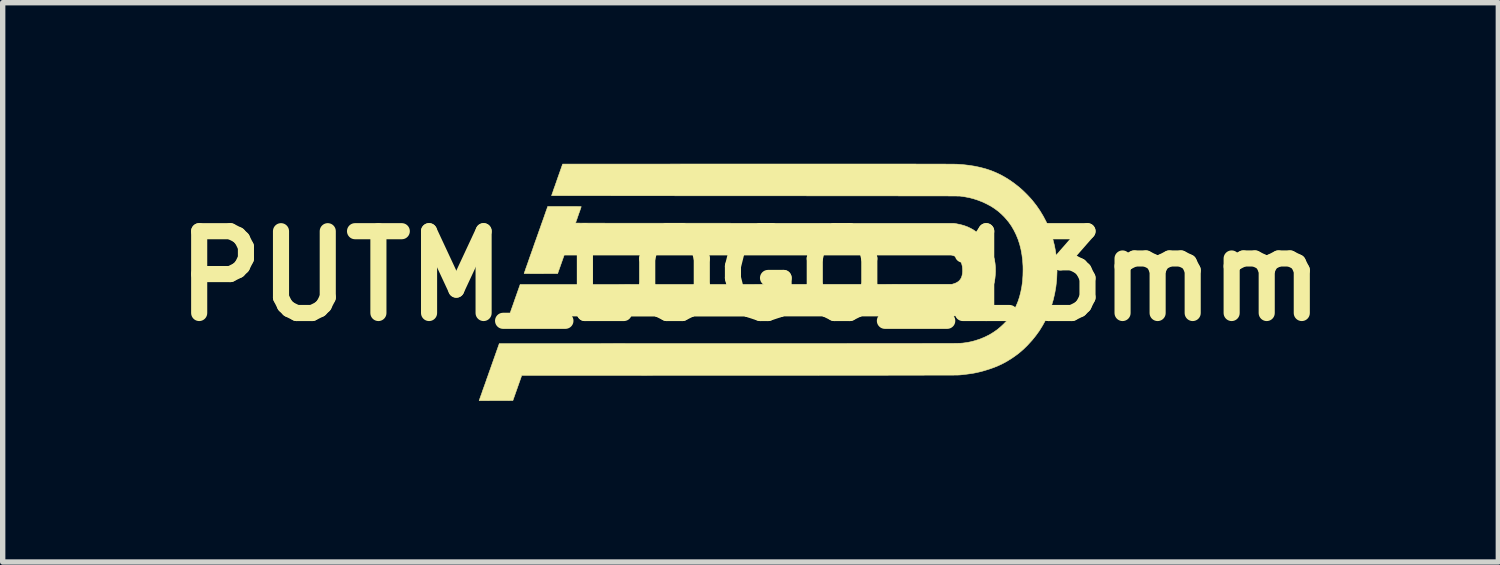
<source format=kicad_pcb>
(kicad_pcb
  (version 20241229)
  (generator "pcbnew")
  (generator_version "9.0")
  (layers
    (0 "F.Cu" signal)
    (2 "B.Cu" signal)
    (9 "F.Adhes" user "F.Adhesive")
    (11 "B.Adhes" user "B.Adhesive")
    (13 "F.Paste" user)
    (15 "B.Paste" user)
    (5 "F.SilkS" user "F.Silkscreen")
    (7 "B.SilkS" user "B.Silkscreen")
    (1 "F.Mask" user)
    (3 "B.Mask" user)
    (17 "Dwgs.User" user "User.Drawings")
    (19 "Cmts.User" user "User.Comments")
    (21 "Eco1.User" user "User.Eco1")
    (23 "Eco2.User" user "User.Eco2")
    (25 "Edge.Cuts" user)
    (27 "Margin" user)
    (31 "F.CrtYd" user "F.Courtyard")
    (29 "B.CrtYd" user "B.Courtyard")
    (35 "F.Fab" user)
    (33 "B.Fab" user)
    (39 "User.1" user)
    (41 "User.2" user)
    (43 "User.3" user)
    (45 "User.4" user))
  (footprint "PUTM_LOGO_13mm"
    (layer "F.Cu")
    (at 10.929 2.091)
    (property "Reference" "PUTM_LOGO_13mm" (at 0 0 0) (layer "F.SilkS") (effects (font (size 1.524 1.524) (thickness 0.3))))
    (attr through_hole)
    (fp_poly (pts (xy -3.406 -1.295) (xy -3.354 -1.295) (xy -3.309 -1.295) (xy -3.27 -1.295) (xy -3.237 -1.295) (xy -3.21 -1.294) (xy -3.189 -1.294) (xy -3.173 -1.293) (xy -3.162 -1.293) (xy -3.155 -1.292) (xy -3.153 -1.291) (xy -3.154 -1.287) (xy -3.158 -1.277) (xy -3.163 -1.261) (xy -3.17 -1.241) (xy -3.178 -1.216) (xy -3.188 -1.189) (xy -3.199 -1.159) (xy -3.206 -1.138) (xy -3.217 -1.107) (xy -3.227 -1.077) (xy -3.236 -1.051) (xy -3.244 -1.028) (xy -3.251 -1.01) (xy -3.255 -0.996) (xy -3.258 -0.988) (xy -3.258 -0.986) (xy -3.255 -0.986) (xy -3.244 -0.986) (xy -3.227 -0.986) (xy -3.202 -0.986) (xy -3.171 -0.985) (xy -3.133 -0.985) (xy -3.09 -0.985) (xy -3.04 -0.985) (xy -2.983 -0.985) (xy -2.922 -0.985) (xy -2.854 -0.985) (xy -2.781 -0.985) (xy -2.702 -0.984) (xy -2.619 -0.984) (xy -2.53 -0.984) (xy -2.436 -0.984) (xy -2.337 -0.984) (xy -2.234 -0.984) (xy -2.127 -0.984) (xy -2.015 -0.984) (xy -1.899 -0.984) (xy -1.779 -0.983) (xy -1.655 -0.983) (xy -1.528 -0.983) (xy -1.397 -0.983) (xy -1.262 -0.983) (xy -1.125 -0.983) (xy -0.984 -0.983) (xy -0.84 -0.983) (xy -0.694 -0.983) (xy -0.545 -0.983) (xy -0.394 -0.983) (xy -0.241 -0.982) (xy -0.085 -0.982) (xy 0.073 -0.982) (xy 0.232 -0.982) (xy 0.266 -0.982) (xy 3.79 -0.981) (xy 3.836 -0.973) (xy 3.91 -0.958) (xy 3.979 -0.939) (xy 4.044 -0.915) (xy 4.105 -0.886) (xy 4.164 -0.851) (xy 4.22 -0.81) (xy 4.267 -0.771) (xy 4.322 -0.718) (xy 4.373 -0.659) (xy 4.418 -0.597) (xy 4.458 -0.53) (xy 4.492 -0.461) (xy 4.52 -0.39) (xy 4.541 -0.318) (xy 4.555 -0.243) (xy 4.563 -0.165) (xy 4.564 -0.086) (xy 4.561 -0.03) (xy 4.554 0.044) (xy 4.542 0.113) (xy 4.526 0.177) (xy 4.506 0.237) (xy 4.482 0.295) (xy 4.481 0.297) (xy 4.458 0.342) (xy 4.435 0.381) (xy 4.411 0.417) (xy 4.384 0.451) (xy 4.353 0.485) (xy 4.349 0.489) (xy 4.301 0.535) (xy 4.25 0.575) (xy 4.196 0.611) (xy 4.135 0.644) (xy 4.135 0.644) (xy 4.089 0.666) (xy 4.043 0.684) (xy 3.995 0.7) (xy 3.944 0.714) (xy 3.889 0.727) (xy 3.832 0.738) (xy 3.786 0.746) (xy -0.355 0.747) (xy -0.528 0.747) (xy -0.699 0.747) (xy -0.869 0.747) (xy -1.037 0.747) (xy -1.202 0.747) (xy -1.365 0.747) (xy -1.526 0.747) (xy -1.683 0.747) (xy -1.839 0.747) (xy -1.991 0.747) (xy -2.14 0.747) (xy -2.286 0.747) (xy -2.429 0.747) (xy -2.568 0.747) (xy -2.704 0.747) (xy -2.835 0.747) (xy -2.963 0.747) (xy -3.087 0.746) (xy -3.207 0.746) (xy -3.322 0.746) (xy -3.433 0.746) (xy -3.539 0.746) (xy -3.64 0.746) (xy -3.737 0.746) (xy -3.828 0.746) (xy -3.914 0.746) (xy -3.995 0.746) (xy -4.071 0.746) (xy -4.14 0.746) (xy -4.204 0.746) (xy -4.262 0.746) (xy -4.314 0.746) (xy -4.36 0.745) (xy -4.399 0.745) (xy -4.432 0.745) (xy -4.458 0.745) (xy -4.478 0.745) (xy -4.49 0.745) (xy -4.496 0.745) (xy -4.496 0.745) (xy -4.495 0.741) (xy -4.491 0.731) (xy -4.486 0.715) (xy -4.478 0.694) (xy -4.469 0.668) (xy -4.459 0.637) (xy -4.447 0.603) (xy -4.433 0.565) (xy -4.419 0.525) (xy -4.404 0.482) (xy -4.393 0.45) (xy -4.29 0.158) (xy -0.268 0.156) (xy 3.754 0.154) (xy 3.781 0.146) (xy 3.821 0.132) (xy 3.855 0.114) (xy 3.884 0.092) (xy 3.907 0.066) (xy 3.926 0.035) (xy 3.939 -0.001) (xy 3.947 -0.042) (xy 3.951 -0.088) (xy 3.95 -0.127) (xy 3.946 -0.177) (xy 3.936 -0.221) (xy 3.921 -0.261) (xy 3.9 -0.295) (xy 3.875 -0.325) (xy 3.844 -0.349) (xy 3.809 -0.368) (xy 3.77 -0.382) (xy 3.739 -0.39) (xy -3.47 -0.39) (xy -3.531 -0.218) (xy -3.592 -0.045) (xy -3.904 -0.044) (xy -3.961 -0.044) (xy -4.013 -0.044) (xy -4.059 -0.044) (xy -4.1 -0.044) (xy -4.135 -0.045) (xy -4.165 -0.045) (xy -4.188 -0.045) (xy -4.204 -0.046) (xy -4.214 -0.046) (xy -4.216 -0.047) (xy -4.215 -0.051) (xy -4.212 -0.061) (xy -4.206 -0.077) (xy -4.198 -0.099) (xy -4.189 -0.127) (xy -4.177 -0.16) (xy -4.164 -0.197) (xy -4.149 -0.239) (xy -4.133 -0.285) (xy -4.116 -0.335) (xy -4.097 -0.388) (xy -4.077 -0.444) (xy -4.056 -0.503) (xy -4.035 -0.564) (xy -4.013 -0.627) (xy -4.002 -0.657) (xy -3.979 -0.722) (xy -3.957 -0.784) (xy -3.936 -0.844) (xy -3.915 -0.902) (xy -3.896 -0.958) (xy -3.877 -1.01) (xy -3.86 -1.058) (xy -3.844 -1.103) (xy -3.83 -1.144) (xy -3.817 -1.18) (xy -3.807 -1.211) (xy -3.797 -1.236) (xy -3.79 -1.257) (xy -3.785 -1.271) (xy -3.782 -1.279) (xy -3.782 -1.28) (xy -3.777 -1.295) (xy -3.465 -1.295) (xy -3.406 -1.295)) (stroke (width 0.01) (type solid)) (fill yes) (layer "F.SilkS"))
    (fp_poly (pts (xy 1.806 -2.086) (xy 1.959 -2.086) (xy 2.105 -2.086) (xy 2.244 -2.086) (xy 2.378 -2.086) (xy 2.505 -2.086) (xy 2.625 -2.086) (xy 2.74 -2.086) (xy 2.848 -2.086) (xy 2.95 -2.086) (xy 3.046 -2.086) (xy 3.137 -2.085) (xy 3.221 -2.085) (xy 3.3 -2.085) (xy 3.373 -2.085) (xy 3.44 -2.085) (xy 3.502 -2.085) (xy 3.558 -2.085) (xy 3.609 -2.085) (xy 3.655 -2.084) (xy 3.695 -2.084) (xy 3.73 -2.084) (xy 3.76 -2.084) (xy 3.785 -2.084) (xy 3.805 -2.083) (xy 3.82 -2.083) (xy 3.83 -2.083) (xy 3.834 -2.083) (xy 3.953 -2.075) (xy 4.067 -2.062) (xy 4.176 -2.045) (xy 4.28 -2.023) (xy 4.381 -1.996) (xy 4.478 -1.964) (xy 4.571 -1.926) (xy 4.662 -1.883) (xy 4.75 -1.834) (xy 4.836 -1.78) (xy 4.921 -1.719) (xy 5.005 -1.653) (xy 5.053 -1.611) (xy 5.077 -1.589) (xy 5.104 -1.563) (xy 5.132 -1.535) (xy 5.162 -1.505) (xy 5.19 -1.475) (xy 5.217 -1.446) (xy 5.24 -1.42) (xy 5.25 -1.408) (xy 5.324 -1.314) (xy 5.391 -1.217) (xy 5.452 -1.116) (xy 5.507 -1.012) (xy 5.556 -0.905) (xy 5.598 -0.795) (xy 5.633 -0.682) (xy 5.662 -0.567) (xy 5.684 -0.45) (xy 5.7 -0.331) (xy 5.708 -0.209) (xy 5.71 -0.086) (xy 5.705 0.038) (xy 5.702 0.082) (xy 5.688 0.205) (xy 5.667 0.325) (xy 5.64 0.442) (xy 5.606 0.557) (xy 5.565 0.668) (xy 5.517 0.777) (xy 5.494 0.826) (xy 5.439 0.925) (xy 5.381 1.019) (xy 5.316 1.109) (xy 5.246 1.196) (xy 5.17 1.279) (xy 5.139 1.311) (xy 5.096 1.353) (xy 5.055 1.39) (xy 5.015 1.424) (xy 4.974 1.457) (xy 4.931 1.488) (xy 4.884 1.521) (xy 4.871 1.53) (xy 4.788 1.582) (xy 4.705 1.628) (xy 4.621 1.668) (xy 4.534 1.704) (xy 4.46 1.73) (xy 4.4 1.749) (xy 4.344 1.766) (xy 4.29 1.781) (xy 4.237 1.793) (xy 4.183 1.805) (xy 4.128 1.815) (xy 4.071 1.823) (xy 4.009 1.831) (xy 3.943 1.839) (xy 3.888 1.844) (xy 3.884 1.844) (xy 3.877 1.844) (xy 3.866 1.845) (xy 3.852 1.845) (xy 3.835 1.845) (xy 3.814 1.845) (xy 3.789 1.846) (xy 3.76 1.846) (xy 3.728 1.846) (xy 3.692 1.846) (xy 3.651 1.846) (xy 3.607 1.846) (xy 3.558 1.847) (xy 3.505 1.847) (xy 3.447 1.847) (xy 3.385 1.847) (xy 3.318 1.847) (xy 3.246 1.847) (xy 3.17 1.848) (xy 3.088 1.848) (xy 3.002 1.848) (xy 2.91 1.848) (xy 2.813 1.848) (xy 2.711 1.848) (xy 2.603 1.848) (xy 2.49 1.849) (xy 2.371 1.849) (xy 2.246 1.849) (xy 2.116 1.849) (xy 1.979 1.849) (xy 1.836 1.849) (xy 1.688 1.849) (xy 1.533 1.849) (xy 1.372 1.849) (xy 1.204 1.85) (xy 1.029 1.85) (xy 0.849 1.85) (xy 0.661 1.85) (xy 0.466 1.85) (xy 0.265 1.85) (xy 0.056 1.85) (xy -0.159 1.85) (xy -0.21 1.85) (xy -4.261 1.852) (xy -4.426 2.32) (xy -5.054 2.322) (xy -5.041 2.283) (xy -5.038 2.275) (xy -5.033 2.261) (xy -5.026 2.24) (xy -5.016 2.214) (xy -5.005 2.183) (xy -4.993 2.147) (xy -4.979 2.107) (xy -4.963 2.063) (xy -4.946 2.016) (xy -4.928 1.965) (xy -4.91 1.912) (xy -4.89 1.857) (xy -4.87 1.799) (xy -4.853 1.752) (xy -4.679 1.259) (xy -0.397 1.258) (xy -0.185 1.258) (xy 0.021 1.258) (xy 0.22 1.258) (xy 0.411 1.258) (xy 0.596 1.258) (xy 0.775 1.258) (xy 0.946 1.258) (xy 1.112 1.258) (xy 1.271 1.258) (xy 1.424 1.258) (xy 1.571 1.258) (xy 1.712 1.258) (xy 1.847 1.257) (xy 1.977 1.257) (xy 2.101 1.257) (xy 2.219 1.257) (xy 2.333 1.257) (xy 2.441 1.257) (xy 2.544 1.257) (xy 2.642 1.257) (xy 2.736 1.257) (xy 2.825 1.257) (xy 2.909 1.257) (xy 2.989 1.257) (xy 3.064 1.257) (xy 3.136 1.257) (xy 3.203 1.256) (xy 3.266 1.256) (xy 3.326 1.256) (xy 3.381 1.256) (xy 3.434 1.256) (xy 3.482 1.256) (xy 3.528 1.256) (xy 3.57 1.256) (xy 3.609 1.255) (xy 3.646 1.255) (xy 3.679 1.255) (xy 3.71 1.255) (xy 3.738 1.255) (xy 3.764 1.255) (xy 3.787 1.255) (xy 3.808 1.254) (xy 3.827 1.254) (xy 3.844 1.254) (xy 3.859 1.254) (xy 3.873 1.253) (xy 3.885 1.253) (xy 3.895 1.253) (xy 3.904 1.253) (xy 3.912 1.253) (xy 3.919 1.252) (xy 3.925 1.252) (xy 3.93 1.252) (xy 3.934 1.251) (xy 3.937 1.251) (xy 3.94 1.251) (xy 3.941 1.251) (xy 3.997 1.244) (xy 4.048 1.236) (xy 4.095 1.227) (xy 4.14 1.216) (xy 4.185 1.204) (xy 4.191 1.202) (xy 4.282 1.172) (xy 4.367 1.136) (xy 4.448 1.096) (xy 4.524 1.05) (xy 4.597 0.999) (xy 4.666 0.941) (xy 4.716 0.894) (xy 4.743 0.866) (xy 4.767 0.842) (xy 4.787 0.818) (xy 4.806 0.795) (xy 4.825 0.77) (xy 4.845 0.742) (xy 4.858 0.722) (xy 4.905 0.646) (xy 4.945 0.565) (xy 4.981 0.48) (xy 5.011 0.39) (xy 5.035 0.296) (xy 5.054 0.198) (xy 5.068 0.095) (xy 5.075 -0.011) (xy 5.077 -0.121) (xy 5.076 -0.187) (xy 5.069 -0.293) (xy 5.056 -0.396) (xy 5.038 -0.496) (xy 5.014 -0.591) (xy 4.984 -0.683) (xy 4.948 -0.77) (xy 4.907 -0.853) (xy 4.861 -0.932) (xy 4.809 -1.006) (xy 4.751 -1.075) (xy 4.723 -1.106) (xy 4.664 -1.163) (xy 4.604 -1.214) (xy 4.54 -1.261) (xy 4.472 -1.304) (xy 4.398 -1.343) (xy 4.385 -1.35) (xy 4.31 -1.384) (xy 4.235 -1.413) (xy 4.158 -1.438) (xy 4.079 -1.459) (xy 3.995 -1.475) (xy 3.906 -1.488) (xy 3.903 -1.488) (xy 3.899 -1.489) (xy 3.892 -1.489) (xy 3.883 -1.489) (xy 3.87 -1.489) (xy 3.853 -1.489) (xy 3.833 -1.49) (xy 3.81 -1.49) (xy 3.782 -1.49) (xy 3.751 -1.49) (xy 3.716 -1.49) (xy 3.677 -1.491) (xy 3.634 -1.491) (xy 3.587 -1.491) (xy 3.535 -1.491) (xy 3.479 -1.491) (xy 3.419 -1.491) (xy 3.354 -1.492) (xy 3.284 -1.492) (xy 3.209 -1.492) (xy 3.129 -1.492) (xy 3.044 -1.492) (xy 2.955 -1.492) (xy 2.859 -1.492) (xy 2.759 -1.492) (xy 2.653 -1.493) (xy 2.541 -1.493) (xy 2.424 -1.493) (xy 2.301 -1.493) (xy 2.172 -1.493) (xy 2.037 -1.493) (xy 1.896 -1.493) (xy 1.749 -1.493) (xy 1.596 -1.493) (xy 1.436 -1.493) (xy 1.269 -1.493) (xy 1.096 -1.493) (xy 0.917 -1.494) (xy 0.73 -1.494) (xy 0.537 -1.494) (xy 0.336 -1.494) (xy 0.129 -1.494) (xy 0.081 -1.494) (xy -0.085 -1.494) (xy -0.249 -1.494) (xy -0.411 -1.494) (xy -0.571 -1.494) (xy -0.728 -1.494) (xy -0.883 -1.494) (xy -1.036 -1.494) (xy -1.186 -1.494) (xy -1.334 -1.494) (xy -1.478 -1.495) (xy -1.619 -1.495) (xy -1.757 -1.495) (xy -1.892 -1.495) (xy -2.023 -1.495) (xy -2.15 -1.495) (xy -2.273 -1.495) (xy -2.392 -1.495) (xy -2.508 -1.495) (xy -2.619 -1.496) (xy -2.725 -1.496) (xy -2.827 -1.496) (xy -2.924 -1.496) (xy -3.016 -1.496) (xy -3.103 -1.496) (xy -3.185 -1.496) (xy -3.261 -1.496) (xy -3.332 -1.496) (xy -3.397 -1.497) (xy -3.456 -1.497) (xy -3.51 -1.497) (xy -3.557 -1.497) (xy -3.598 -1.497) (xy -3.633 -1.497) (xy -3.661 -1.497) (xy -3.682 -1.497) (xy -3.696 -1.498) (xy -3.704 -1.498) (xy -3.705 -1.498) (xy -3.704 -1.501) (xy -3.7 -1.512) (xy -3.695 -1.528) (xy -3.687 -1.549) (xy -3.678 -1.575) (xy -3.668 -1.605) (xy -3.656 -1.64) (xy -3.642 -1.677) (xy -3.628 -1.718) (xy -3.613 -1.76) (xy -3.602 -1.793) (xy -3.499 -2.085) (xy 0.126 -2.086) (xy 0.341 -2.086) (xy 0.548 -2.086) (xy 0.749 -2.086) (xy 0.942 -2.086) (xy 1.129 -2.086) (xy 1.308 -2.086) (xy 1.481 -2.086) (xy 1.647 -2.086) (xy 1.806 -2.086)) (stroke (width 0.01) (type solid)) (fill yes) (layer "F.SilkS")))
  (gr_rect
    (start -3 -3)
    (end 24.859 7.418)
    (stroke (width 0.1) (type default))
    (fill no)
    (layer "Edge.Cuts")))
</source>
